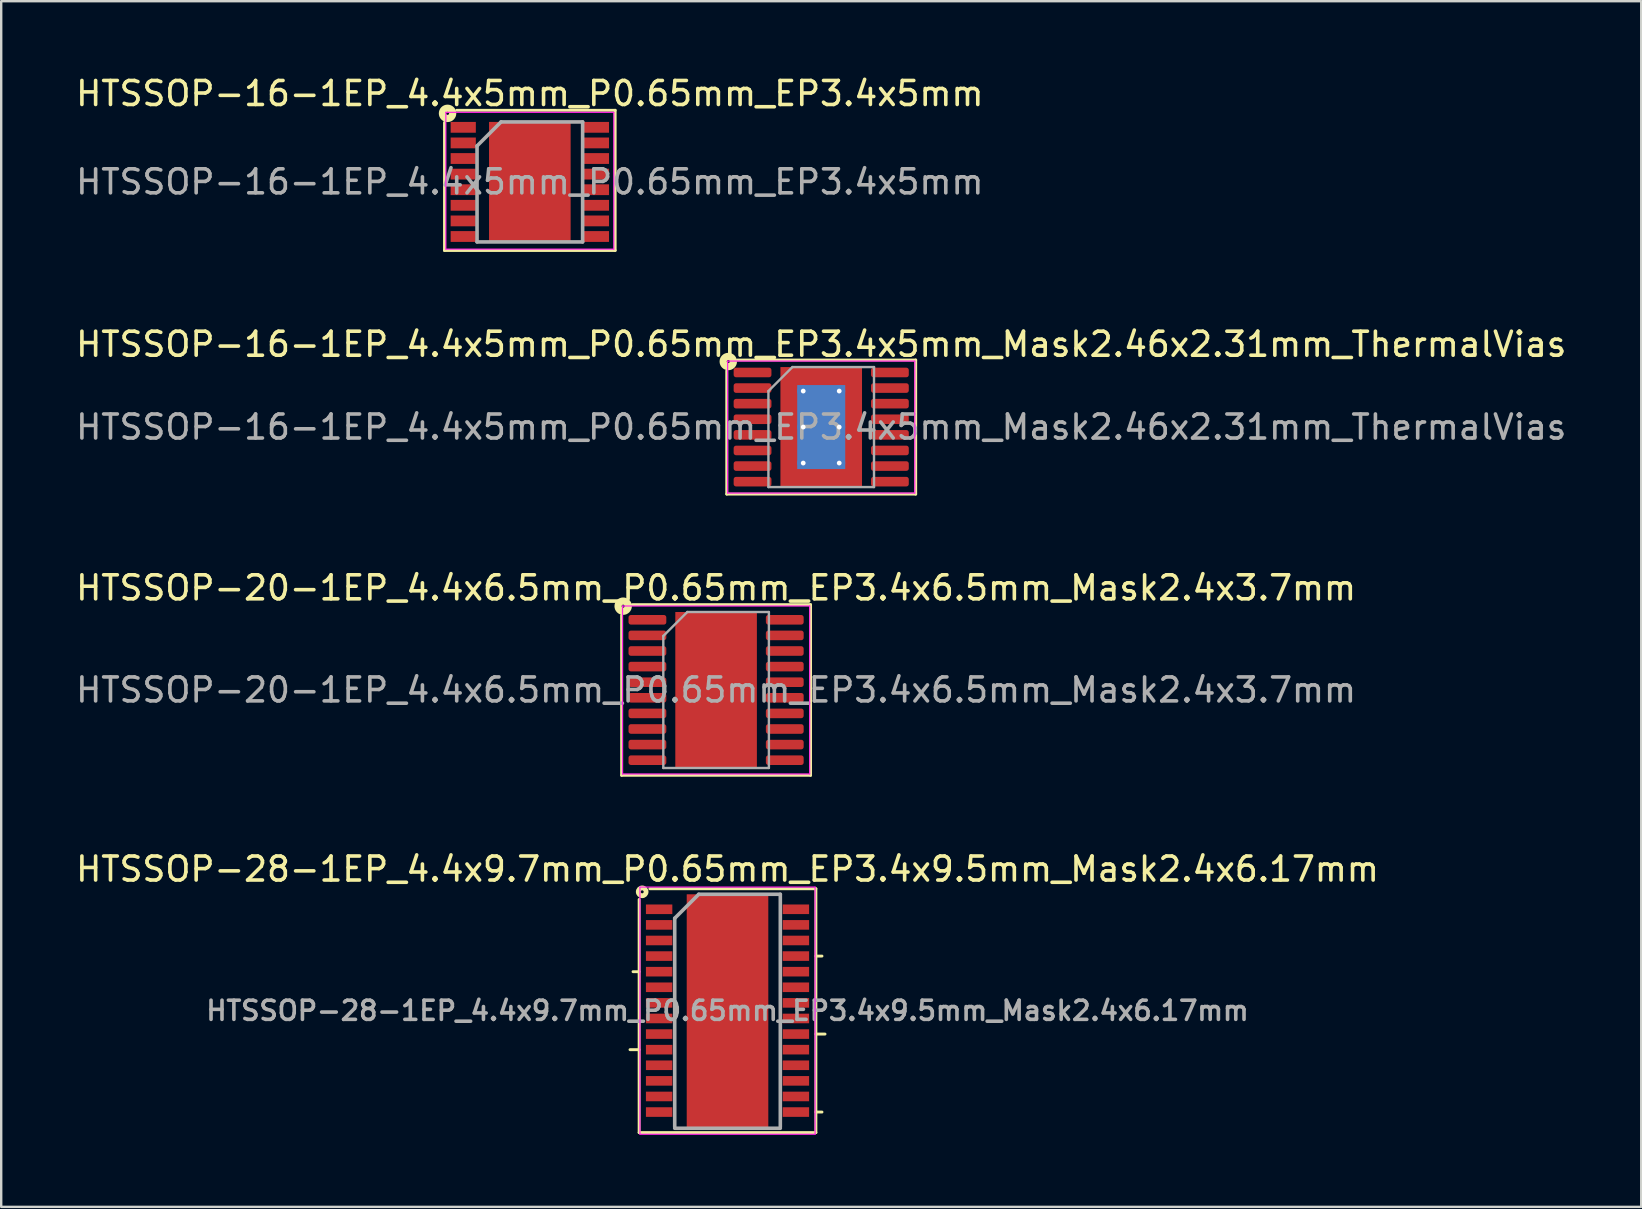
<source format=kicad_pcb>
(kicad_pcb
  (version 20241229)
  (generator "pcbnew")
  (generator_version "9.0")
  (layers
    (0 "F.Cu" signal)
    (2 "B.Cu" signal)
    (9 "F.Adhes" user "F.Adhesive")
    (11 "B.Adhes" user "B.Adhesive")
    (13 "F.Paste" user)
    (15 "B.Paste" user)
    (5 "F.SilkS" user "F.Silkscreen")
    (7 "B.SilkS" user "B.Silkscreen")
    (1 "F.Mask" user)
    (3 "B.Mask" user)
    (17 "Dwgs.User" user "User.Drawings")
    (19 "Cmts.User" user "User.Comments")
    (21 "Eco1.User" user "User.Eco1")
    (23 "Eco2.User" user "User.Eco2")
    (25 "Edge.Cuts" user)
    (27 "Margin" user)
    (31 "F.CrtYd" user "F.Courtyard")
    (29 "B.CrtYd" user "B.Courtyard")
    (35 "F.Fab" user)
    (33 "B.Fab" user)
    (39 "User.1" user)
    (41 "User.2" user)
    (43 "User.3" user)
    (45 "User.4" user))
  (footprint "HTSSOP-16-1EP_4.4x5mm_P0.65mm_EP3.4x5mm"
    (layer "F.Cu")
    (at 19.03 4.531)
    (property "Reference" "HTSSOP-16-1EP_4.4x5mm_P0.65mm_EP3.4x5mm" (at 0 -3.683 0) (layer "F.SilkS") (effects (font (size 1 1) (thickness 0.15))))
    (attr smd)
    (fp_line (start -3.556 -2.477) (end -3.556 2.857) (stroke (width 0.12) (type solid)) (layer "F.SilkS"))
    (fp_line (start -3.556 2.857) (end 3.556 2.857) (stroke (width 0.12) (type solid)) (layer "F.SilkS"))
    (fp_line (start 3.556 -2.985) (end -3.048 -2.985) (stroke (width 0.12) (type solid)) (layer "F.SilkS"))
    (fp_line (start 3.556 2.857) (end 3.556 -2.985) (stroke (width 0.12) (type solid)) (layer "F.SilkS"))
    (fp_circle (center -3.429 -2.857) (end -3.365 -2.857) (stroke (width 0.3) (type solid)) (fill no) (layer "F.SilkS"))
    (fp_line (start -3.5 -2.9) (end -3.5 2.8) (stroke (width 0.05) (type solid)) (layer "F.CrtYd"))
    (fp_line (start -3.5 -2.9) (end 3.5 -2.9) (stroke (width 0.05) (type solid)) (layer "F.CrtYd"))
    (fp_line (start -3.5 2.8) (end 3.5 2.8) (stroke (width 0.05) (type solid)) (layer "F.CrtYd"))
    (fp_line (start 3.5 -2.9) (end 3.5 2.8) (stroke (width 0.05) (type solid)) (layer "F.CrtYd"))
    (fp_line (start -2.2 -1.5) (end -1.2 -2.5) (stroke (width 0.15) (type solid)) (layer "F.Fab"))
    (fp_line (start -2.2 2.5) (end -2.2 -1.5) (stroke (width 0.15) (type solid)) (layer "F.Fab"))
    (fp_line (start -1.2 -2.5) (end 2.2 -2.5) (stroke (width 0.15) (type solid)) (layer "F.Fab"))
    (fp_line (start 2.2 -2.5) (end 2.2 2.5) (stroke (width 0.15) (type solid)) (layer "F.Fab"))
    (fp_line (start 2.2 2.5) (end -2.2 2.5) (stroke (width 0.15) (type solid)) (layer "F.Fab"))
    (fp_text user "${REFERENCE}" (at 0 0 0) (layer "F.Fab") (effects (font (size 1 1) (thickness 0.15))))
    (pad "" smd rect (at -1.133 -1.875) (size 0.88 1.05) (layers "F.Paste"))
    (pad "" smd rect (at -1.133 -0.625) (size 0.88 1.05) (layers "F.Paste"))
    (pad "" smd rect (at -1.133 0.625) (size 0.88 1.05) (layers "F.Paste"))
    (pad "" smd rect (at -1.133 1.875) (size 0.88 1.05) (layers "F.Paste"))
    (pad "" smd rect (at 0 -1.875) (size 0.88 1.05) (layers "F.Paste"))
    (pad "" smd rect (at 0 -0.625) (size 0.88 1.05) (layers "F.Paste"))
    (pad "" smd rect (at 0 0.625) (size 0.88 1.05) (layers "F.Paste"))
    (pad "" smd rect (at 0 1.875) (size 0.88 1.05) (layers "F.Paste"))
    (pad "" smd rect (at 1.133 -1.875) (size 0.88 1.05) (layers "F.Paste"))
    (pad "" smd rect (at 1.133 -0.625) (size 0.88 1.05) (layers "F.Paste"))
    (pad "" smd rect (at 1.133 0.625) (size 0.88 1.05) (layers "F.Paste"))
    (pad "" smd rect (at 1.133 1.875) (size 0.88 1.05) (layers "F.Paste"))
    (pad "1" smd rect (at -2.775 -2.275) (size 1.05 0.45) (layers "F.Cu" "F.Mask" "F.Paste"))
    (pad "2" smd rect (at -2.775 -1.625) (size 1.05 0.45) (layers "F.Cu" "F.Mask" "F.Paste"))
    (pad "3" smd rect (at -2.775 -0.975) (size 1.05 0.45) (layers "F.Cu" "F.Mask" "F.Paste"))
    (pad "4" smd rect (at -2.775 -0.325) (size 1.05 0.45) (layers "F.Cu" "F.Mask" "F.Paste"))
    (pad "5" smd rect (at -2.775 0.325) (size 1.05 0.45) (layers "F.Cu" "F.Mask" "F.Paste"))
    (pad "6" smd rect (at -2.775 0.975) (size 1.05 0.45) (layers "F.Cu" "F.Mask" "F.Paste"))
    (pad "7" smd rect (at -2.775 1.625) (size 1.05 0.45) (layers "F.Cu" "F.Mask" "F.Paste"))
    (pad "8" smd rect (at -2.775 2.275) (size 1.05 0.45) (layers "F.Cu" "F.Mask" "F.Paste"))
    (pad "9" smd rect (at 2.775 2.275) (size 1.05 0.45) (layers "F.Cu" "F.Mask" "F.Paste"))
    (pad "10" smd rect (at 2.775 1.625) (size 1.05 0.45) (layers "F.Cu" "F.Mask" "F.Paste"))
    (pad "11" smd rect (at 2.775 0.975) (size 1.05 0.45) (layers "F.Cu" "F.Mask" "F.Paste"))
    (pad "12" smd rect (at 2.775 0.325) (size 1.05 0.45) (layers "F.Cu" "F.Mask" "F.Paste"))
    (pad "13" smd rect (at 2.775 -0.325) (size 1.05 0.45) (layers "F.Cu" "F.Mask" "F.Paste"))
    (pad "14" smd rect (at 2.775 -0.975) (size 1.05 0.45) (layers "F.Cu" "F.Mask" "F.Paste"))
    (pad "15" smd rect (at 2.775 -1.625) (size 1.05 0.45) (layers "F.Cu" "F.Mask" "F.Paste"))
    (pad "16" smd rect (at 2.775 -2.275) (size 1.05 0.45) (layers "F.Cu" "F.Mask" "F.Paste"))
    (pad "17" smd rect (at 0 0) (size 3.4 5) (layers "F.Cu" "F.Mask")))
  (footprint "HTSSOP-28-1EP_4.4x9.7mm_P0.65mm_EP3.4x9.5mm_Mask2.4x6.17mm"
    (layer "F.Cu")
    (at 27.268 39.068)
    (property "Reference" "HTSSOP-28-1EP_4.4x9.7mm_P0.65mm_EP3.4x9.5mm_Mask2.4x6.17mm" (at 0 -5.9 0) (layer "F.SilkS") (effects (font (size 1 1) (thickness 0.15))))
    (attr smd)
    (fp_line (start -3.683 -1.625) (end -3.937 -1.625) (stroke (width 0.12) (type solid)) (layer "F.SilkS"))
    (fp_line (start -3.683 1.625) (end -4.064 1.625) (stroke (width 0.12) (type solid)) (layer "F.SilkS"))
    (fp_line (start -3.683 5.08) (end -3.683 -4.636) (stroke (width 0.12) (type solid)) (layer "F.SilkS"))
    (fp_line (start -3.239 -5.08) (end 3.683 -5.08) (stroke (width 0.12) (type solid)) (layer "F.SilkS"))
    (fp_line (start 3.683 -5.08) (end 3.683 5.08) (stroke (width 0.12) (type solid)) (layer "F.SilkS"))
    (fp_line (start 3.683 -2.275) (end 3.937 -2.275) (stroke (width 0.12) (type solid)) (layer "F.SilkS"))
    (fp_line (start 3.683 0.975) (end 4.064 0.975) (stroke (width 0.12) (type solid)) (layer "F.SilkS"))
    (fp_line (start 3.683 4.225) (end 3.937 4.225) (stroke (width 0.12) (type solid)) (layer "F.SilkS"))
    (fp_line (start 3.683 5.08) (end -3.683 5.08) (stroke (width 0.12) (type solid)) (layer "F.SilkS"))
    (fp_circle (center -3.556 -4.953) (end -3.493 -4.953) (stroke (width 0.2) (type solid)) (fill no) (layer "F.SilkS"))
    (fp_line (start -3.65 -5.15) (end -3.65 5.15) (stroke (width 0.05) (type solid)) (layer "F.CrtYd"))
    (fp_line (start -3.65 -5.15) (end 3.65 -5.15) (stroke (width 0.05) (type solid)) (layer "F.CrtYd"))
    (fp_line (start -3.65 5.15) (end 3.65 5.15) (stroke (width 0.05) (type solid)) (layer "F.CrtYd"))
    (fp_line (start 3.65 -5.15) (end 3.65 5.15) (stroke (width 0.05) (type solid)) (layer "F.CrtYd"))
    (fp_line (start -2.2 -3.85) (end -1.2 -4.85) (stroke (width 0.15) (type solid)) (layer "F.Fab"))
    (fp_line (start -2.2 4.85) (end -2.2 -3.85) (stroke (width 0.15) (type solid)) (layer "F.Fab"))
    (fp_line (start -1.2 -4.85) (end 2.2 -4.85) (stroke (width 0.15) (type solid)) (layer "F.Fab"))
    (fp_line (start 2.2 -4.85) (end 2.2 4.85) (stroke (width 0.15) (type solid)) (layer "F.Fab"))
    (fp_line (start 2.2 4.901) (end -2.2 4.901) (stroke (width 0.15) (type solid)) (layer "F.Fab"))
    (fp_text user "${REFERENCE}" (at 0 0 0) (layer "F.Fab") (effects (font (size 0.8 0.8) (thickness 0.15))))
    (pad "" smd rect (at -0.6 -2.468) (size 0.9 0.93) (layers "F.Paste"))
    (pad "" smd rect (at -0.6 -1.234) (size 0.9 0.93) (layers "F.Paste"))
    (pad "" smd rect (at -0.6 0) (size 0.9 0.93) (layers "F.Paste"))
    (pad "" smd rect (at -0.6 1.234) (size 0.9 0.93) (layers "F.Paste"))
    (pad "" smd rect (at -0.6 2.468) (size 0.9 0.93) (layers "F.Paste"))
    (pad "" smd rect (at 0 0) (size 2.4 6.17) (layers "F.Mask"))
    (pad "" smd rect (at 0.6 -2.468) (size 0.9 0.93) (layers "F.Paste"))
    (pad "" smd rect (at 0.6 -1.234) (size 0.9 0.93) (layers "F.Paste"))
    (pad "" smd rect (at 0.6 0) (size 0.9 0.93) (layers "F.Paste"))
    (pad "" smd rect (at 0.6 1.234) (size 0.9 0.93) (layers "F.Paste"))
    (pad "" smd rect (at 0.6 2.468) (size 0.9 0.93) (layers "F.Paste"))
    (pad "1" smd rect (at -2.85 -4.225) (size 1.1 0.4) (layers "F.Cu" "F.Mask" "F.Paste"))
    (pad "2" smd rect (at -2.85 -3.575) (size 1.1 0.4) (layers "F.Cu" "F.Mask" "F.Paste"))
    (pad "3" smd rect (at -2.85 -2.925) (size 1.1 0.4) (layers "F.Cu" "F.Mask" "F.Paste"))
    (pad "4" smd rect (at -2.85 -2.275) (size 1.1 0.4) (layers "F.Cu" "F.Mask" "F.Paste"))
    (pad "5" smd rect (at -2.85 -1.625) (size 1.1 0.4) (layers "F.Cu" "F.Mask" "F.Paste"))
    (pad "6" smd rect (at -2.85 -0.975) (size 1.1 0.4) (layers "F.Cu" "F.Mask" "F.Paste"))
    (pad "7" smd rect (at -2.85 -0.325) (size 1.1 0.4) (layers "F.Cu" "F.Mask" "F.Paste"))
    (pad "8" smd rect (at -2.85 0.325) (size 1.1 0.4) (layers "F.Cu" "F.Mask" "F.Paste"))
    (pad "9" smd rect (at -2.85 0.975) (size 1.1 0.4) (layers "F.Cu" "F.Mask" "F.Paste"))
    (pad "10" smd rect (at -2.85 1.625) (size 1.1 0.4) (layers "F.Cu" "F.Mask" "F.Paste"))
    (pad "11" smd rect (at -2.85 2.275) (size 1.1 0.4) (layers "F.Cu" "F.Mask" "F.Paste"))
    (pad "12" smd rect (at -2.85 2.925) (size 1.1 0.4) (layers "F.Cu" "F.Mask" "F.Paste"))
    (pad "13" smd rect (at -2.85 3.575) (size 1.1 0.4) (layers "F.Cu" "F.Mask" "F.Paste"))
    (pad "14" smd rect (at -2.85 4.225) (size 1.1 0.4) (layers "F.Cu" "F.Mask" "F.Paste"))
    (pad "15" smd rect (at 2.85 4.225) (size 1.1 0.4) (layers "F.Cu" "F.Mask" "F.Paste"))
    (pad "16" smd rect (at 2.85 3.575) (size 1.1 0.4) (layers "F.Cu" "F.Mask" "F.Paste"))
    (pad "17" smd rect (at 2.85 2.925) (size 1.1 0.4) (layers "F.Cu" "F.Mask" "F.Paste"))
    (pad "18" smd rect (at 2.85 2.275) (size 1.1 0.4) (layers "F.Cu" "F.Mask" "F.Paste"))
    (pad "19" smd rect (at 2.85 1.625) (size 1.1 0.4) (layers "F.Cu" "F.Mask" "F.Paste"))
    (pad "20" smd rect (at 2.85 0.975) (size 1.1 0.4) (layers "F.Cu" "F.Mask" "F.Paste"))
    (pad "21" smd rect (at 2.85 0.325) (size 1.1 0.4) (layers "F.Cu" "F.Mask" "F.Paste"))
    (pad "22" smd rect (at 2.85 -0.325) (size 1.1 0.4) (layers "F.Cu" "F.Mask" "F.Paste"))
    (pad "23" smd rect (at 2.85 -0.975) (size 1.1 0.4) (layers "F.Cu" "F.Mask" "F.Paste"))
    (pad "24" smd rect (at 2.85 -1.625) (size 1.1 0.4) (layers "F.Cu" "F.Mask" "F.Paste"))
    (pad "25" smd rect (at 2.85 -2.275) (size 1.1 0.4) (layers "F.Cu" "F.Mask" "F.Paste"))
    (pad "26" smd rect (at 2.85 -2.925) (size 1.1 0.4) (layers "F.Cu" "F.Mask" "F.Paste"))
    (pad "27" smd rect (at 2.85 -3.575) (size 1.1 0.4) (layers "F.Cu" "F.Mask" "F.Paste"))
    (pad "28" smd rect (at 2.85 -4.225) (size 1.1 0.4) (layers "F.Cu" "F.Mask" "F.Paste"))
    (pad "29" smd rect (at 0 0) (size 3.4 9.7) (layers "F.Cu")))
  (footprint "HTSSOP-16-1EP_4.4x5mm_P0.65mm_EP3.4x5mm_Mask2.46x2.31mm_ThermalVias"
    (layer "F.Cu")
    (at 31.173 14.747)
    (property "Reference" "HTSSOP-16-1EP_4.4x5mm_P0.65mm_EP3.4x5mm_Mask2.46x2.31mm_ThermalVias" (at 0 -3.45 0) (layer "F.SilkS") (effects (font (size 1 1) (thickness 0.15))))
    (attr smd)
    (fp_line (start -3.937 2.794) (end -3.937 -2.349) (stroke (width 0.12) (type solid)) (layer "F.SilkS"))
    (fp_line (start -3.493 -2.794) (end 3.937 -2.794) (stroke (width 0.12) (type solid)) (layer "F.SilkS"))
    (fp_line (start 3.937 -2.794) (end 3.937 2.794) (stroke (width 0.12) (type solid)) (layer "F.SilkS"))
    (fp_line (start 3.937 2.794) (end -3.937 2.794) (stroke (width 0.12) (type solid)) (layer "F.SilkS"))
    (fp_circle (center -3.873 -2.731) (end -3.81 -2.731) (stroke (width 0.3) (type solid)) (fill no) (layer "F.SilkS"))
    (fp_line (start -3.9 -2.75) (end -3.9 2.75) (stroke (width 0.05) (type solid)) (layer "F.CrtYd"))
    (fp_line (start -3.9 2.75) (end 3.9 2.75) (stroke (width 0.05) (type solid)) (layer "F.CrtYd"))
    (fp_line (start 3.9 -2.75) (end -3.9 -2.75) (stroke (width 0.05) (type solid)) (layer "F.CrtYd"))
    (fp_line (start 3.9 2.75) (end 3.9 -2.75) (stroke (width 0.05) (type solid)) (layer "F.CrtYd"))
    (fp_line (start -2.2 -1.5) (end -1.2 -2.5) (stroke (width 0.1) (type solid)) (layer "F.Fab"))
    (fp_line (start -2.2 2.5) (end -2.2 -1.5) (stroke (width 0.1) (type solid)) (layer "F.Fab"))
    (fp_line (start -1.2 -2.5) (end 2.2 -2.5) (stroke (width 0.1) (type solid)) (layer "F.Fab"))
    (fp_line (start 2.2 -2.5) (end 2.2 2.5) (stroke (width 0.1) (type solid)) (layer "F.Fab"))
    (fp_line (start 2.2 2.5) (end -2.2 2.5) (stroke (width 0.1) (type solid)) (layer "F.Fab"))
    (fp_text user "${REFERENCE}" (at 0 0 0) (layer "F.Fab") (effects (font (size 1 1) (thickness 0.15))))
    (pad "" smd roundrect (at 0 -0.58) (size 1.98 0.93) (layers "F.Paste") (roundrect_rratio 0.25))
    (pad "" smd rect (at 0 0) (size 2.46 2.31) (layers "F.Mask"))
    (pad "" smd roundrect (at 0 0.58) (size 1.98 0.93) (layers "F.Paste") (roundrect_rratio 0.25))
    (pad "1" smd roundrect (at -2.862 -2.275) (size 1.575 0.4) (layers "F.Cu" "F.Mask" "F.Paste") (roundrect_rratio 0.25))
    (pad "2" smd roundrect (at -2.862 -1.625) (size 1.575 0.4) (layers "F.Cu" "F.Mask" "F.Paste") (roundrect_rratio 0.25))
    (pad "3" smd roundrect (at -2.862 -0.975) (size 1.575 0.4) (layers "F.Cu" "F.Mask" "F.Paste") (roundrect_rratio 0.25))
    (pad "4" smd roundrect (at -2.862 -0.325) (size 1.575 0.4) (layers "F.Cu" "F.Mask" "F.Paste") (roundrect_rratio 0.25))
    (pad "5" smd roundrect (at -2.862 0.325) (size 1.575 0.4) (layers "F.Cu" "F.Mask" "F.Paste") (roundrect_rratio 0.25))
    (pad "6" smd roundrect (at -2.862 0.975) (size 1.575 0.4) (layers "F.Cu" "F.Mask" "F.Paste") (roundrect_rratio 0.25))
    (pad "7" smd roundrect (at -2.862 1.625) (size 1.575 0.4) (layers "F.Cu" "F.Mask" "F.Paste") (roundrect_rratio 0.25))
    (pad "8" smd roundrect (at -2.862 2.275) (size 1.575 0.4) (layers "F.Cu" "F.Mask" "F.Paste") (roundrect_rratio 0.25))
    (pad "9" smd roundrect (at 2.862 2.275) (size 1.575 0.4) (layers "F.Cu" "F.Mask" "F.Paste") (roundrect_rratio 0.25))
    (pad "10" smd roundrect (at 2.862 1.625) (size 1.575 0.4) (layers "F.Cu" "F.Mask" "F.Paste") (roundrect_rratio 0.25))
    (pad "11" smd roundrect (at 2.862 0.975) (size 1.575 0.4) (layers "F.Cu" "F.Mask" "F.Paste") (roundrect_rratio 0.25))
    (pad "12" smd roundrect (at 2.862 0.325) (size 1.575 0.4) (layers "F.Cu" "F.Mask" "F.Paste") (roundrect_rratio 0.25))
    (pad "13" smd roundrect (at 2.862 -0.325) (size 1.575 0.4) (layers "F.Cu" "F.Mask" "F.Paste") (roundrect_rratio 0.25))
    (pad "14" smd roundrect (at 2.862 -0.975) (size 1.575 0.4) (layers "F.Cu" "F.Mask" "F.Paste") (roundrect_rratio 0.25))
    (pad "15" smd roundrect (at 2.862 -1.625) (size 1.575 0.4) (layers "F.Cu" "F.Mask" "F.Paste") (roundrect_rratio 0.25))
    (pad "16" smd roundrect (at 2.862 -2.275) (size 1.575 0.4) (layers "F.Cu" "F.Mask" "F.Paste") (roundrect_rratio 0.25))
    (pad "17" thru_hole circle (at -0.75 -1.5) (size 0.5 0.5) (drill 0.2) (layers "*.Cu"))
    (pad "17" thru_hole circle (at -0.75 0) (size 0.5 0.5) (drill 0.2) (layers "*.Cu"))
    (pad "17" thru_hole circle (at -0.75 1.5) (size 0.5 0.5) (drill 0.2) (layers "*.Cu"))
    (pad "17" smd rect (at 0 0) (size 2 3.5) (layers "B.Cu" "B.Mask"))
    (pad "17" smd rect (at 0 0) (size 3.4 5) (layers "F.Cu"))
    (pad "17" thru_hole circle (at 0.75 -1.5) (size 0.5 0.5) (drill 0.2) (layers "*.Cu"))
    (pad "17" thru_hole circle (at 0.75 0) (size 0.5 0.5) (drill 0.2) (layers "*.Cu"))
    (pad "17" thru_hole circle (at 0.75 1.5) (size 0.5 0.5) (drill 0.2) (layers "*.Cu")))
  (footprint "HTSSOP-20-1EP_4.4x6.5mm_P0.65mm_EP3.4x6.5mm_Mask2.4x3.7mm"
    (layer "F.Cu")
    (at 26.792 25.704)
    (property "Reference" "HTSSOP-20-1EP_4.4x6.5mm_P0.65mm_EP3.4x6.5mm_Mask2.4x3.7mm" (at 0 -4.255 0) (layer "F.SilkS") (effects (font (size 1 1) (thickness 0.15))))
    (attr smd)
    (fp_line (start -3.937 3.556) (end -3.937 -3.111) (stroke (width 0.12) (type solid)) (layer "F.SilkS"))
    (fp_line (start -3.493 -3.556) (end 3.937 -3.556) (stroke (width 0.12) (type solid)) (layer "F.SilkS"))
    (fp_line (start 3.937 -3.556) (end 3.937 3.556) (stroke (width 0.12) (type solid)) (layer "F.SilkS"))
    (fp_line (start 3.937 3.556) (end -3.937 3.556) (stroke (width 0.12) (type solid)) (layer "F.SilkS"))
    (fp_circle (center -3.873 -3.493) (end -3.81 -3.493) (stroke (width 0.3) (type solid)) (fill no) (layer "F.SilkS"))
    (fp_line (start -3.9 -3.5) (end -3.9 3.5) (stroke (width 0.05) (type solid)) (layer "F.CrtYd"))
    (fp_line (start -3.9 3.5) (end 3.9 3.5) (stroke (width 0.05) (type solid)) (layer "F.CrtYd"))
    (fp_line (start 3.9 -3.5) (end -3.9 -3.5) (stroke (width 0.05) (type solid)) (layer "F.CrtYd"))
    (fp_line (start 3.9 3.5) (end 3.9 -3.5) (stroke (width 0.05) (type solid)) (layer "F.CrtYd"))
    (fp_line (start -2.2 -2.25) (end -1.2 -3.25) (stroke (width 0.1) (type solid)) (layer "F.Fab"))
    (fp_line (start -2.2 3.25) (end -2.2 -2.25) (stroke (width 0.1) (type solid)) (layer "F.Fab"))
    (fp_line (start -1.2 -3.25) (end 2.2 -3.25) (stroke (width 0.1) (type solid)) (layer "F.Fab"))
    (fp_line (start 2.2 -3.25) (end 2.2 3.25) (stroke (width 0.1) (type solid)) (layer "F.Fab"))
    (fp_line (start 2.2 3.25) (end -2.2 3.25) (stroke (width 0.1) (type solid)) (layer "F.Fab"))
    (fp_text user "${REFERENCE}" (at 0 0 0) (layer "F.Fab") (effects (font (size 1 1) (thickness 0.15))))
    (pad "" smd roundrect (at 0 -0.925) (size 1.93 1.49) (layers "F.Paste") (roundrect_rratio 0.168))
    (pad "" smd rect (at 0 0) (size 2.4 3.7) (layers "F.Mask"))
    (pad "" smd roundrect (at 0 0.925) (size 1.93 1.49) (layers "F.Paste") (roundrect_rratio 0.168))
    (pad "1" smd roundrect (at -2.862 -2.925) (size 1.575 0.4) (layers "F.Cu" "F.Mask" "F.Paste") (roundrect_rratio 0.25))
    (pad "2" smd roundrect (at -2.862 -2.275) (size 1.575 0.4) (layers "F.Cu" "F.Mask" "F.Paste") (roundrect_rratio 0.25))
    (pad "3" smd roundrect (at -2.862 -1.625) (size 1.575 0.4) (layers "F.Cu" "F.Mask" "F.Paste") (roundrect_rratio 0.25))
    (pad "4" smd roundrect (at -2.862 -0.975) (size 1.575 0.4) (layers "F.Cu" "F.Mask" "F.Paste") (roundrect_rratio 0.25))
    (pad "5" smd roundrect (at -2.862 -0.325) (size 1.575 0.4) (layers "F.Cu" "F.Mask" "F.Paste") (roundrect_rratio 0.25))
    (pad "6" smd roundrect (at -2.862 0.325) (size 1.575 0.4) (layers "F.Cu" "F.Mask" "F.Paste") (roundrect_rratio 0.25))
    (pad "7" smd roundrect (at -2.862 0.975) (size 1.575 0.4) (layers "F.Cu" "F.Mask" "F.Paste") (roundrect_rratio 0.25))
    (pad "8" smd roundrect (at -2.862 1.625) (size 1.575 0.4) (layers "F.Cu" "F.Mask" "F.Paste") (roundrect_rratio 0.25))
    (pad "9" smd roundrect (at -2.862 2.275) (size 1.575 0.4) (layers "F.Cu" "F.Mask" "F.Paste") (roundrect_rratio 0.25))
    (pad "10" smd roundrect (at -2.862 2.925) (size 1.575 0.4) (layers "F.Cu" "F.Mask" "F.Paste") (roundrect_rratio 0.25))
    (pad "11" smd roundrect (at 2.862 2.925) (size 1.575 0.4) (layers "F.Cu" "F.Mask" "F.Paste") (roundrect_rratio 0.25))
    (pad "12" smd roundrect (at 2.862 2.275) (size 1.575 0.4) (layers "F.Cu" "F.Mask" "F.Paste") (roundrect_rratio 0.25))
    (pad "13" smd roundrect (at 2.862 1.625) (size 1.575 0.4) (layers "F.Cu" "F.Mask" "F.Paste") (roundrect_rratio 0.25))
    (pad "14" smd roundrect (at 2.862 0.975) (size 1.575 0.4) (layers "F.Cu" "F.Mask" "F.Paste") (roundrect_rratio 0.25))
    (pad "15" smd roundrect (at 2.862 0.325) (size 1.575 0.4) (layers "F.Cu" "F.Mask" "F.Paste") (roundrect_rratio 0.25))
    (pad "16" smd roundrect (at 2.862 -0.325) (size 1.575 0.4) (layers "F.Cu" "F.Mask" "F.Paste") (roundrect_rratio 0.25))
    (pad "17" smd roundrect (at 2.862 -0.975) (size 1.575 0.4) (layers "F.Cu" "F.Mask" "F.Paste") (roundrect_rratio 0.25))
    (pad "18" smd roundrect (at 2.862 -1.625) (size 1.575 0.4) (layers "F.Cu" "F.Mask" "F.Paste") (roundrect_rratio 0.25))
    (pad "19" smd roundrect (at 2.862 -2.275) (size 1.575 0.4) (layers "F.Cu" "F.Mask" "F.Paste") (roundrect_rratio 0.25))
    (pad "20" smd roundrect (at 2.862 -2.925) (size 1.575 0.4) (layers "F.Cu" "F.Mask" "F.Paste") (roundrect_rratio 0.25))
    (pad "21" smd rect (at 0 0) (size 3.4 6.5) (layers "F.Cu")))
  (gr_rect
    (start -3 -3)
    (end 65.345 47.243)
    (stroke (width 0.1) (type default))
    (fill no)
    (layer "Edge.Cuts")))
</source>
